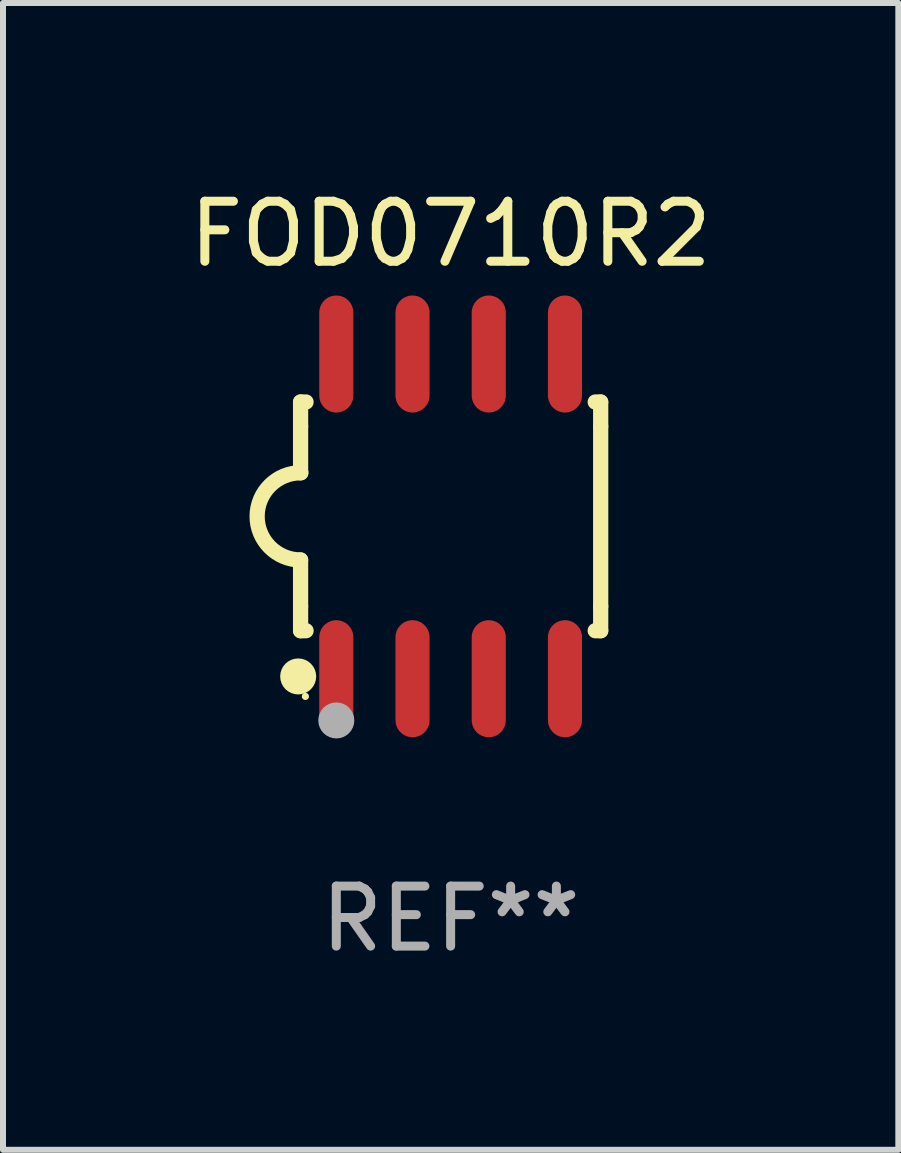
<source format=kicad_pcb>
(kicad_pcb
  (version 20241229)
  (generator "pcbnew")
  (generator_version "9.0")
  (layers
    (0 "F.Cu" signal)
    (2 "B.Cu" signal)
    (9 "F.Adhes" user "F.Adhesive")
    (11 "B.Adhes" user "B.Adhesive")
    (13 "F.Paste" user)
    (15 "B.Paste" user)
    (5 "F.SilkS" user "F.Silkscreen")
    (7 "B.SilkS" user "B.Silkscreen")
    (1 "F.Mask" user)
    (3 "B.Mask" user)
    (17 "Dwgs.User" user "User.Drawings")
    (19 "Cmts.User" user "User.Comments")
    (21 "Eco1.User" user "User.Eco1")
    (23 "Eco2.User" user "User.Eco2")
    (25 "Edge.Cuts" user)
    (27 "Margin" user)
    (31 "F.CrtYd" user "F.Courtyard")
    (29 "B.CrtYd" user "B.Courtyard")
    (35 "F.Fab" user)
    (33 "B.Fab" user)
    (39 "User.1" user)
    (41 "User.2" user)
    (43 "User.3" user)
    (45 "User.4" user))
  (footprint "FOD0710R2"
    (layer "F.Cu")
    (at 4.458 5.553)
    (property "Reference" "FOD0710R2" (at 0 -4.705 0) (layer "F.SilkS") (effects (font (size 1 1) (thickness 0.15))))
    (attr through_hole)
    (fp_line (start -2.5 -1.905) (end -2.409 -1.905) (stroke (width 0.254) (type solid)) (layer "F.SilkS"))
    (fp_line (start -2.5 -1.5) (end -2.5 -1.905) (stroke (width 0.254) (type solid)) (layer "F.SilkS"))
    (fp_line (start -2.5 -1.5) (end -2.5 -0.726) (stroke (width 0.254) (type solid)) (layer "F.SilkS"))
    (fp_line (start -2.5 1.5) (end -2.5 0.727) (stroke (width 0.254) (type solid)) (layer "F.SilkS"))
    (fp_line (start -2.5 1.5) (end -2.5 1.905) (stroke (width 0.254) (type solid)) (layer "F.SilkS"))
    (fp_line (start -2.5 1.905) (end -2.409 1.905) (stroke (width 0.254) (type solid)) (layer "F.SilkS"))
    (fp_line (start 2.5 -1.905) (end 2.409 -1.905) (stroke (width 0.254) (type solid)) (layer "F.SilkS"))
    (fp_line (start 2.5 -1.5) (end 2.5 -1.905) (stroke (width 0.254) (type solid)) (layer "F.SilkS"))
    (fp_line (start 2.5 -1.5) (end 2.5 1.5) (stroke (width 0.254) (type solid)) (layer "F.SilkS"))
    (fp_line (start 2.5 1.5) (end 2.5 1.905) (stroke (width 0.254) (type solid)) (layer "F.SilkS"))
    (fp_line (start 2.5 1.905) (end 2.409 1.905) (stroke (width 0.254) (type solid)) (layer "F.SilkS"))
    (fp_arc (start -2.5 0.726568) (mid -3.220316 -0.0023) (end -2.495097 -0.726289) (stroke (width 0.254001) (type solid)) (layer "F.SilkS"))
    (fp_circle (center -2.54 2.667) (end -2.39 2.667) (stroke (width 0.3) (type solid)) (fill no) (layer "F.SilkS"))
    (fp_circle (center -2.42 3) (end -2.39 3) (stroke (width 0.06) (type solid)) (fill no) (layer "F.SilkS"))
    (fp_circle (center -1.905 3.4) (end -1.755 3.4) (stroke (width 0.3) (type solid)) (fill no) (layer "F.Fab"))
    (fp_text user "REF**" (at 0 6.705 0) (layer "F.Fab") (effects (font (size 1 1) (thickness 0.15))))
    (pad "1" smd oval (at -1.905 2.705) (size 0.568 1.95) (layers "F.Cu" "F.Mask" "F.Paste"))
    (pad "2" smd oval (at -0.635 2.705) (size 0.568 1.95) (layers "F.Cu" "F.Mask" "F.Paste"))
    (pad "3" smd oval (at 0.635 2.705) (size 0.568 1.95) (layers "F.Cu" "F.Mask" "F.Paste"))
    (pad "4" smd oval (at 1.905 2.705) (size 0.568 1.95) (layers "F.Cu" "F.Mask" "F.Paste"))
    (pad "5" smd oval (at 1.905 -2.705) (size 0.568 1.95) (layers "F.Cu" "F.Mask" "F.Paste"))
    (pad "6" smd oval (at 0.635 -2.705) (size 0.568 1.95) (layers "F.Cu" "F.Mask" "F.Paste"))
    (pad "7" smd oval (at -0.635 -2.705) (size 0.568 1.95) (layers "F.Cu" "F.Mask" "F.Paste"))
    (pad "8" smd oval (at -1.905 -2.705) (size 0.568 1.95) (layers "F.Cu" "F.Mask" "F.Paste")))
  (gr_rect
    (start -3 -3)
    (end 11.917 16.107)
    (stroke (width 0.1) (type default))
    (fill no)
    (layer "Edge.Cuts")))
</source>
